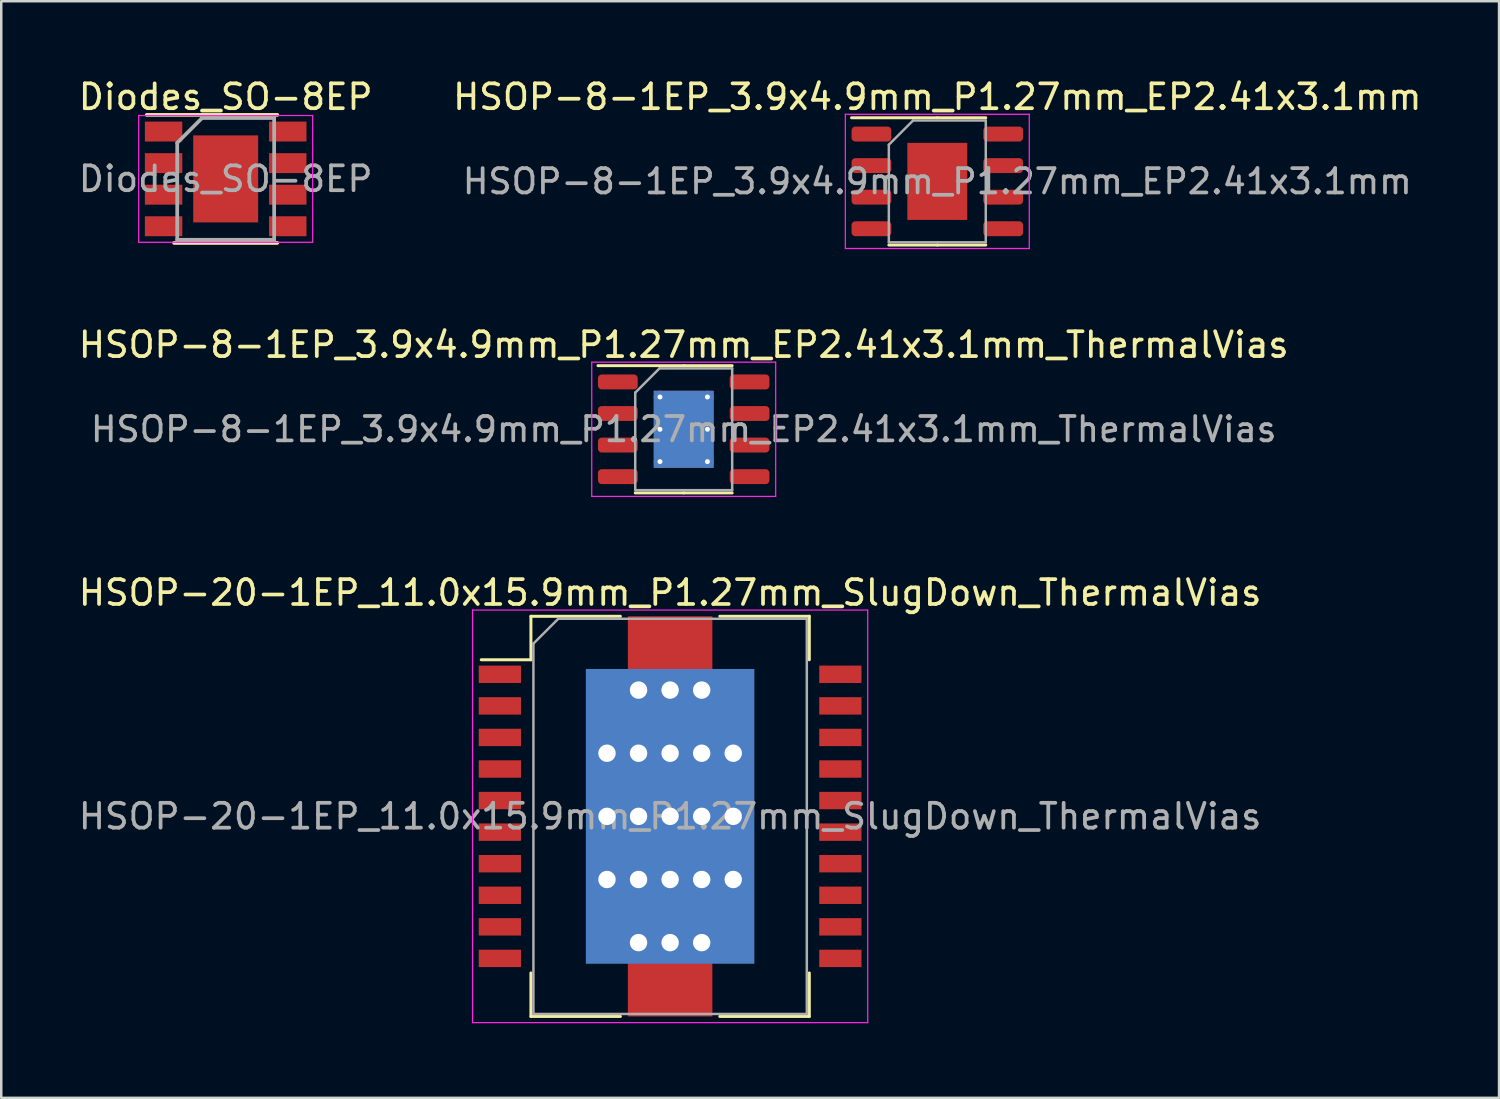
<source format=kicad_pcb>
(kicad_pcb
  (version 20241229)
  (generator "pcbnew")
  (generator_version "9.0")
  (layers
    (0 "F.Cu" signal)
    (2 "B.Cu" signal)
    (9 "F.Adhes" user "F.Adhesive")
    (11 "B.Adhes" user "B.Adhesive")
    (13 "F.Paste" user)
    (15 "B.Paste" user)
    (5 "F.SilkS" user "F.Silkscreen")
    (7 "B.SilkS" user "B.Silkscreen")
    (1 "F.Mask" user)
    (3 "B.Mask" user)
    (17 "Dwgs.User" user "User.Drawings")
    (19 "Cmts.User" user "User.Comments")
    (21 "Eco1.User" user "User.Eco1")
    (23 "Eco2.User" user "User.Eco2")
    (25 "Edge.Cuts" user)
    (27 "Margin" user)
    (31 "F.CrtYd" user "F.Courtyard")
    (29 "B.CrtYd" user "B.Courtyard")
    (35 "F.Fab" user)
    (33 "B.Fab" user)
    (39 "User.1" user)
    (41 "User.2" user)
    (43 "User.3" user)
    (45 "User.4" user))
  (footprint "Diodes_SO-8EP"
    (layer "F.Cu")
    (at 6.03 4.148)
    (property "Reference" "Diodes_SO-8EP" (at 0 -3.3 0) (layer "F.SilkS") (effects (font (size 1 1) (thickness 0.15))))
    (attr smd)
    (fp_line (start -3.175 -2.575) (end 2.075 -2.575) (stroke (width 0.15) (type solid)) (layer "F.SilkS"))
    (fp_line (start -2.075 2.575) (end 2.075 2.575) (stroke (width 0.15) (type solid)) (layer "F.SilkS"))
    (fp_line (start -3.5 -2.55) (end -3.5 2.55) (stroke (width 0.05) (type solid)) (layer "F.CrtYd"))
    (fp_line (start -3.5 -2.55) (end 3.5 -2.55) (stroke (width 0.05) (type solid)) (layer "F.CrtYd"))
    (fp_line (start -3.5 2.55) (end 3.5 2.55) (stroke (width 0.05) (type solid)) (layer "F.CrtYd"))
    (fp_line (start 3.5 -2.55) (end 3.5 2.55) (stroke (width 0.05) (type solid)) (layer "F.CrtYd"))
    (fp_line (start -1.95 -1.45) (end -0.95 -2.45) (stroke (width 0.15) (type solid)) (layer "F.Fab"))
    (fp_line (start -1.95 2.45) (end -1.95 -1.45) (stroke (width 0.15) (type solid)) (layer "F.Fab"))
    (fp_line (start -0.95 -2.45) (end 1.95 -2.45) (stroke (width 0.15) (type solid)) (layer "F.Fab"))
    (fp_line (start 1.95 -2.45) (end 1.95 2.45) (stroke (width 0.15) (type solid)) (layer "F.Fab"))
    (fp_line (start 1.95 2.45) (end -1.95 2.45) (stroke (width 0.15) (type solid)) (layer "F.Fab"))
    (fp_text user "${REFERENCE}" (at 0 0 0) (layer "F.Fab") (effects (font (size 1 1) (thickness 0.15))))
    (pad "1" smd rect (at -2.498 -1.905) (size 1.505 0.802) (layers "F.Cu" "F.Mask" "F.Paste"))
    (pad "2" smd rect (at -2.498 -0.635) (size 1.505 0.802) (layers "F.Cu" "F.Mask" "F.Paste"))
    (pad "3" smd rect (at -2.498 0.635) (size 1.505 0.802) (layers "F.Cu" "F.Mask" "F.Paste"))
    (pad "4" smd rect (at -2.498 1.905) (size 1.505 0.802) (layers "F.Cu" "F.Mask" "F.Paste"))
    (pad "5" smd rect (at 2.498 1.905) (size 1.505 0.802) (layers "F.Cu" "F.Mask" "F.Paste"))
    (pad "6" smd rect (at 2.498 0.635) (size 1.505 0.802) (layers "F.Cu" "F.Mask" "F.Paste"))
    (pad "7" smd rect (at 2.498 -0.635) (size 1.505 0.802) (layers "F.Cu" "F.Mask" "F.Paste"))
    (pad "8" smd rect (at 2.498 -1.905) (size 1.505 0.802) (layers "F.Cu" "F.Mask" "F.Paste"))
    (pad "9" smd rect (at 0 0) (size 2.613 3.502) (layers "F.Cu" "F.Mask" "F.Paste")))
  (footprint "HSOP-8-1EP_3.9x4.9mm_P1.27mm_EP2.41x3.1mm"
    (layer "F.Cu")
    (at 34.661 4.248)
    (property "Reference" "HSOP-8-1EP_3.9x4.9mm_P1.27mm_EP2.41x3.1mm" (at 0 -3.4 0) (layer "F.SilkS") (effects (font (size 1 1) (thickness 0.15))))
    (attr smd)
    (fp_line (start 0 -2.56) (end -3.45 -2.56) (stroke (width 0.12) (type solid)) (layer "F.SilkS"))
    (fp_line (start 0 -2.56) (end 1.95 -2.56) (stroke (width 0.12) (type solid)) (layer "F.SilkS"))
    (fp_line (start 0 2.56) (end -1.95 2.56) (stroke (width 0.12) (type solid)) (layer "F.SilkS"))
    (fp_line (start 0 2.56) (end 1.95 2.56) (stroke (width 0.12) (type solid)) (layer "F.SilkS"))
    (fp_line (start -3.7 -2.7) (end -3.7 2.7) (stroke (width 0.05) (type solid)) (layer "F.CrtYd"))
    (fp_line (start -3.7 2.7) (end 3.7 2.7) (stroke (width 0.05) (type solid)) (layer "F.CrtYd"))
    (fp_line (start 3.7 -2.7) (end -3.7 -2.7) (stroke (width 0.05) (type solid)) (layer "F.CrtYd"))
    (fp_line (start 3.7 2.7) (end 3.7 -2.7) (stroke (width 0.05) (type solid)) (layer "F.CrtYd"))
    (fp_line (start -1.95 -1.475) (end -0.975 -2.45) (stroke (width 0.1) (type solid)) (layer "F.Fab"))
    (fp_line (start -1.95 2.45) (end -1.95 -1.475) (stroke (width 0.1) (type solid)) (layer "F.Fab"))
    (fp_line (start -0.975 -2.45) (end 1.95 -2.45) (stroke (width 0.1) (type solid)) (layer "F.Fab"))
    (fp_line (start 1.95 -2.45) (end 1.95 2.45) (stroke (width 0.1) (type solid)) (layer "F.Fab"))
    (fp_line (start 1.95 2.45) (end -1.95 2.45) (stroke (width 0.1) (type solid)) (layer "F.Fab"))
    (fp_text user "${REFERENCE}" (at 0 0 0) (layer "F.Fab") (effects (font (size 0.98 0.98) (thickness 0.15))))
    (pad "" smd roundrect (at -0.6 -0.775) (size 0.97 1.25) (layers "F.Paste") (roundrect_rratio 0.25))
    (pad "" smd roundrect (at -0.6 0.775) (size 0.97 1.25) (layers "F.Paste") (roundrect_rratio 0.25))
    (pad "" smd roundrect (at 0.6 -0.775) (size 0.97 1.25) (layers "F.Paste") (roundrect_rratio 0.25))
    (pad "" smd roundrect (at 0.6 0.775) (size 0.97 1.25) (layers "F.Paste") (roundrect_rratio 0.25))
    (pad "1" smd roundrect (at -2.65 -1.905) (size 1.6 0.6) (layers "F.Cu" "F.Mask" "F.Paste") (roundrect_rratio 0.25))
    (pad "2" smd roundrect (at -2.65 -0.635) (size 1.6 0.6) (layers "F.Cu" "F.Mask" "F.Paste") (roundrect_rratio 0.25))
    (pad "3" smd roundrect (at -2.65 0.635) (size 1.6 0.6) (layers "F.Cu" "F.Mask" "F.Paste") (roundrect_rratio 0.25))
    (pad "4" smd roundrect (at -2.65 1.905) (size 1.6 0.6) (layers "F.Cu" "F.Mask" "F.Paste") (roundrect_rratio 0.25))
    (pad "5" smd roundrect (at 2.65 1.905) (size 1.6 0.6) (layers "F.Cu" "F.Mask" "F.Paste") (roundrect_rratio 0.25))
    (pad "6" smd roundrect (at 2.65 0.635) (size 1.6 0.6) (layers "F.Cu" "F.Mask" "F.Paste") (roundrect_rratio 0.25))
    (pad "7" smd roundrect (at 2.65 -0.635) (size 1.6 0.6) (layers "F.Cu" "F.Mask" "F.Paste") (roundrect_rratio 0.25))
    (pad "8" smd roundrect (at 2.65 -1.905) (size 1.6 0.6) (layers "F.Cu" "F.Mask" "F.Paste") (roundrect_rratio 0.25))
    (pad "9" smd rect (at 0 0) (size 2.41 3.1) (layers "F.Cu" "F.Mask")))
  (footprint "HSOP-20-1EP_11.0x15.9mm_P1.27mm_SlugDown_ThermalVias"
    (layer "F.Cu")
    (at 23.911 29.795)
    (property "Reference" "HSOP-20-1EP_11.0x15.9mm_P1.27mm_SlugDown_ThermalVias" (at 0 -9 0) (layer "F.SilkS") (effects (font (size 1 1) (thickness 0.15))))
    (attr smd)
    (fp_line (start -5.6 -8.05) (end -5.6 -6.3) (stroke (width 0.12) (type solid)) (layer "F.SilkS"))
    (fp_line (start -5.6 -6.3) (end -7.6 -6.3) (stroke (width 0.12) (type solid)) (layer "F.SilkS"))
    (fp_line (start -5.6 8.05) (end -5.6 6.3) (stroke (width 0.12) (type solid)) (layer "F.SilkS"))
    (fp_line (start -2 -8.05) (end -5.6 -8.05) (stroke (width 0.12) (type solid)) (layer "F.SilkS"))
    (fp_line (start -2 8.05) (end -5.6 8.05) (stroke (width 0.12) (type solid)) (layer "F.SilkS"))
    (fp_line (start 5.6 -8.05) (end 2 -8.05) (stroke (width 0.12) (type solid)) (layer "F.SilkS"))
    (fp_line (start 5.6 -8.05) (end 5.6 -6.3) (stroke (width 0.12) (type solid)) (layer "F.SilkS"))
    (fp_line (start 5.6 8.05) (end 2 8.05) (stroke (width 0.12) (type solid)) (layer "F.SilkS"))
    (fp_line (start 5.6 8.05) (end 5.6 6.3) (stroke (width 0.12) (type solid)) (layer "F.SilkS"))
    (fp_line (start -7.95 -8.3) (end -7.95 8.3) (stroke (width 0.05) (type solid)) (layer "F.CrtYd"))
    (fp_line (start -7.95 -8.3) (end 7.95 -8.3) (stroke (width 0.05) (type solid)) (layer "F.CrtYd"))
    (fp_line (start 7.95 8.3) (end -7.95 8.3) (stroke (width 0.05) (type solid)) (layer "F.CrtYd"))
    (fp_line (start 7.95 8.3) (end 7.95 -8.3) (stroke (width 0.05) (type solid)) (layer "F.CrtYd"))
    (fp_line (start -5.5 -6.95) (end -5.5 7.95) (stroke (width 0.1) (type solid)) (layer "F.Fab"))
    (fp_line (start -5.5 7.95) (end 5.5 7.95) (stroke (width 0.1) (type solid)) (layer "F.Fab"))
    (fp_line (start -4.5 -7.95) (end -5.5 -6.95) (stroke (width 0.1) (type solid)) (layer "F.Fab"))
    (fp_line (start 5.5 -7.95) (end -4.5 -7.95) (stroke (width 0.1) (type solid)) (layer "F.Fab"))
    (fp_line (start 5.5 7.95) (end 5.5 -7.95) (stroke (width 0.1) (type solid)) (layer "F.Fab"))
    (fp_text user "${REFERENCE}" (at 0 0 0) (layer "F.Fab") (effects (font (size 1 1) (thickness 0.15))))
    (pad "1" smd rect (at -6.85 -5.715) (size 1.7 0.7) (layers "F.Cu" "F.Mask" "F.Paste"))
    (pad "2" smd rect (at -6.85 -4.445) (size 1.7 0.7) (layers "F.Cu" "F.Mask" "F.Paste"))
    (pad "3" smd rect (at -6.85 -3.175) (size 1.7 0.7) (layers "F.Cu" "F.Mask" "F.Paste"))
    (pad "4" smd rect (at -6.85 -1.905) (size 1.7 0.7) (layers "F.Cu" "F.Mask" "F.Paste"))
    (pad "5" smd rect (at -6.85 -0.635) (size 1.7 0.7) (layers "F.Cu" "F.Mask" "F.Paste"))
    (pad "6" smd rect (at -6.85 0.635) (size 1.7 0.7) (layers "F.Cu" "F.Mask" "F.Paste"))
    (pad "7" smd rect (at -6.85 1.905) (size 1.7 0.7) (layers "F.Cu" "F.Mask" "F.Paste"))
    (pad "8" smd rect (at -6.85 3.175) (size 1.7 0.7) (layers "F.Cu" "F.Mask" "F.Paste"))
    (pad "9" smd rect (at -6.85 4.445) (size 1.7 0.7) (layers "F.Cu" "F.Mask" "F.Paste"))
    (pad "10" smd rect (at -6.85 5.715) (size 1.7 0.7) (layers "F.Cu" "F.Mask" "F.Paste"))
    (pad "11" smd rect (at 6.85 5.715) (size 1.7 0.7) (layers "F.Cu" "F.Mask" "F.Paste"))
    (pad "12" smd rect (at 6.85 4.445) (size 1.7 0.7) (layers "F.Cu" "F.Mask" "F.Paste"))
    (pad "13" smd rect (at 6.85 3.175) (size 1.7 0.7) (layers "F.Cu" "F.Mask" "F.Paste"))
    (pad "14" smd rect (at 6.85 1.905) (size 1.7 0.7) (layers "F.Cu" "F.Mask" "F.Paste"))
    (pad "15" smd rect (at 6.85 0.635) (size 1.7 0.7) (layers "F.Cu" "F.Mask" "F.Paste"))
    (pad "16" smd rect (at 6.85 -0.635) (size 1.7 0.7) (layers "F.Cu" "F.Mask" "F.Paste"))
    (pad "17" smd rect (at 6.85 -1.905) (size 1.7 0.7) (layers "F.Cu" "F.Mask" "F.Paste"))
    (pad "18" smd rect (at 6.85 -3.175) (size 1.7 0.7) (layers "F.Cu" "F.Mask" "F.Paste"))
    (pad "19" smd rect (at 6.85 -4.445) (size 1.7 0.7) (layers "F.Cu" "F.Mask" "F.Paste"))
    (pad "20" smd rect (at 6.85 -5.715) (size 1.7 0.7) (layers "F.Cu" "F.Mask" "F.Paste"))
    (pad "21" thru_hole circle (at -2.54 -2.54) (size 1 1) (drill 0.7) (layers "*.Cu"))
    (pad "21" thru_hole circle (at -2.54 0) (size 1 1) (drill 0.7) (layers "*.Cu"))
    (pad "21" thru_hole circle (at -2.54 2.54) (size 1 1) (drill 0.7) (layers "*.Cu"))
    (pad "21" thru_hole circle (at -1.27 -5.08) (size 1 1) (drill 0.7) (layers "*.Cu"))
    (pad "21" thru_hole circle (at -1.27 -2.54) (size 1 1) (drill 0.7) (layers "*.Cu"))
    (pad "21" thru_hole circle (at -1.27 0) (size 1 1) (drill 0.7) (layers "*.Cu"))
    (pad "21" thru_hole circle (at -1.27 2.54) (size 1 1) (drill 0.7) (layers "*.Cu"))
    (pad "21" thru_hole circle (at -1.27 5.08) (size 1 1) (drill 0.7) (layers "*.Cu"))
    (pad "21" smd rect (at 0 -6.843) (size 3.4 2.415) (layers "F.Cu" "F.Mask" "F.Paste"))
    (pad "21" thru_hole circle (at 0 -5.08) (size 1 1) (drill 0.7) (layers "*.Cu"))
    (pad "21" thru_hole circle (at 0 -2.54) (size 1 1) (drill 0.7) (layers "*.Cu"))
    (pad "21" thru_hole circle (at 0 0) (size 1 1) (drill 0.7) (layers "*.Cu"))
    (pad "21" smd rect (at 0 0) (size 6.4 11.27) (layers "F.Cu" "F.Mask" "F.Paste"))
    (pad "21" smd rect (at 0 0) (size 6.78 11.86) (layers "B.Cu"))
    (pad "21" thru_hole circle (at 0 2.54) (size 1 1) (drill 0.7) (layers "*.Cu"))
    (pad "21" thru_hole circle (at 0 5.08) (size 1 1) (drill 0.7) (layers "*.Cu"))
    (pad "21" smd rect (at 0 6.843) (size 3.4 2.415) (layers "F.Cu" "F.Mask" "F.Paste"))
    (pad "21" thru_hole circle (at 1.27 -5.08) (size 1 1) (drill 0.7) (layers "*.Cu"))
    (pad "21" thru_hole circle (at 1.27 -2.54) (size 1 1) (drill 0.7) (layers "*.Cu"))
    (pad "21" thru_hole circle (at 1.27 0) (size 1 1) (drill 0.7) (layers "*.Cu"))
    (pad "21" thru_hole circle (at 1.27 2.54) (size 1 1) (drill 0.7) (layers "*.Cu"))
    (pad "21" thru_hole circle (at 1.27 5.08) (size 1 1) (drill 0.7) (layers "*.Cu"))
    (pad "21" thru_hole circle (at 2.54 -2.54) (size 1 1) (drill 0.7) (layers "*.Cu"))
    (pad "21" thru_hole circle (at 2.54 0) (size 1 1) (drill 0.7) (layers "*.Cu"))
    (pad "21" thru_hole circle (at 2.54 2.54) (size 1 1) (drill 0.7) (layers "*.Cu")))
  (footprint "HSOP-8-1EP_3.9x4.9mm_P1.27mm_EP2.41x3.1mm_ThermalVias"
    (layer "F.Cu")
    (at 24.458 14.222)
    (property "Reference" "HSOP-8-1EP_3.9x4.9mm_P1.27mm_EP2.41x3.1mm_ThermalVias" (at 0 -3.4 0) (layer "F.SilkS") (effects (font (size 1 1) (thickness 0.15))))
    (attr smd)
    (fp_line (start 0 -2.56) (end -3.45 -2.56) (stroke (width 0.12) (type solid)) (layer "F.SilkS"))
    (fp_line (start 0 -2.56) (end 1.95 -2.56) (stroke (width 0.12) (type solid)) (layer "F.SilkS"))
    (fp_line (start 0 2.56) (end -1.95 2.56) (stroke (width 0.12) (type solid)) (layer "F.SilkS"))
    (fp_line (start 0 2.56) (end 1.95 2.56) (stroke (width 0.12) (type solid)) (layer "F.SilkS"))
    (fp_line (start -3.7 -2.7) (end -3.7 2.7) (stroke (width 0.05) (type solid)) (layer "F.CrtYd"))
    (fp_line (start -3.7 2.7) (end 3.7 2.7) (stroke (width 0.05) (type solid)) (layer "F.CrtYd"))
    (fp_line (start 3.7 -2.7) (end -3.7 -2.7) (stroke (width 0.05) (type solid)) (layer "F.CrtYd"))
    (fp_line (start 3.7 2.7) (end 3.7 -2.7) (stroke (width 0.05) (type solid)) (layer "F.CrtYd"))
    (fp_line (start -1.95 -1.475) (end -0.975 -2.45) (stroke (width 0.1) (type solid)) (layer "F.Fab"))
    (fp_line (start -1.95 2.45) (end -1.95 -1.475) (stroke (width 0.1) (type solid)) (layer "F.Fab"))
    (fp_line (start -0.975 -2.45) (end 1.95 -2.45) (stroke (width 0.1) (type solid)) (layer "F.Fab"))
    (fp_line (start 1.95 -2.45) (end 1.95 2.45) (stroke (width 0.1) (type solid)) (layer "F.Fab"))
    (fp_line (start 1.95 2.45) (end -1.95 2.45) (stroke (width 0.1) (type solid)) (layer "F.Fab"))
    (fp_text user "${REFERENCE}" (at 0 0 0) (layer "F.Fab") (effects (font (size 0.98 0.98) (thickness 0.15))))
    (pad "" smd roundrect (at -0.6 -0.775) (size 0.97 1.25) (layers "F.Paste") (roundrect_rratio 0.25))
    (pad "" smd roundrect (at -0.6 0.775) (size 0.97 1.25) (layers "F.Paste") (roundrect_rratio 0.25))
    (pad "" smd roundrect (at 0.6 -0.775) (size 0.97 1.25) (layers "F.Paste") (roundrect_rratio 0.25))
    (pad "" smd roundrect (at 0.6 0.775) (size 0.97 1.25) (layers "F.Paste") (roundrect_rratio 0.25))
    (pad "1" smd roundrect (at -2.65 -1.905) (size 1.6 0.6) (layers "F.Cu" "F.Mask" "F.Paste") (roundrect_rratio 0.25))
    (pad "2" smd roundrect (at -2.65 -0.635) (size 1.6 0.6) (layers "F.Cu" "F.Mask" "F.Paste") (roundrect_rratio 0.25))
    (pad "3" smd roundrect (at -2.65 0.635) (size 1.6 0.6) (layers "F.Cu" "F.Mask" "F.Paste") (roundrect_rratio 0.25))
    (pad "4" smd roundrect (at -2.65 1.905) (size 1.6 0.6) (layers "F.Cu" "F.Mask" "F.Paste") (roundrect_rratio 0.25))
    (pad "5" smd roundrect (at 2.65 1.905) (size 1.6 0.6) (layers "F.Cu" "F.Mask" "F.Paste") (roundrect_rratio 0.25))
    (pad "6" smd roundrect (at 2.65 0.635) (size 1.6 0.6) (layers "F.Cu" "F.Mask" "F.Paste") (roundrect_rratio 0.25))
    (pad "7" smd roundrect (at 2.65 -0.635) (size 1.6 0.6) (layers "F.Cu" "F.Mask" "F.Paste") (roundrect_rratio 0.25))
    (pad "8" smd roundrect (at 2.65 -1.905) (size 1.6 0.6) (layers "F.Cu" "F.Mask" "F.Paste") (roundrect_rratio 0.25))
    (pad "9" thru_hole circle (at -0.955 -1.3) (size 0.5 0.5) (drill 0.2) (layers "*.Cu"))
    (pad "9" thru_hole circle (at -0.955 0) (size 0.5 0.5) (drill 0.2) (layers "*.Cu"))
    (pad "9" thru_hole circle (at -0.955 1.3) (size 0.5 0.5) (drill 0.2) (layers "*.Cu"))
    (pad "9" smd rect (at 0 0) (size 2.41 3.1) (layers "F.Cu" "F.Mask"))
    (pad "9" smd rect (at 0 0) (size 2.41 3.1) (layers "B.Cu"))
    (pad "9" thru_hole circle (at 0.955 -1.3) (size 0.5 0.5) (drill 0.2) (layers "*.Cu"))
    (pad "9" thru_hole circle (at 0.955 0) (size 0.5 0.5) (drill 0.2) (layers "*.Cu"))
    (pad "9" thru_hole circle (at 0.955 1.3) (size 0.5 0.5) (drill 0.2) (layers "*.Cu")))
  (gr_rect
    (start -3 -3)
    (end 57.262 41.12)
    (stroke (width 0.1) (type default))
    (fill no)
    (layer "Edge.Cuts")))
</source>
